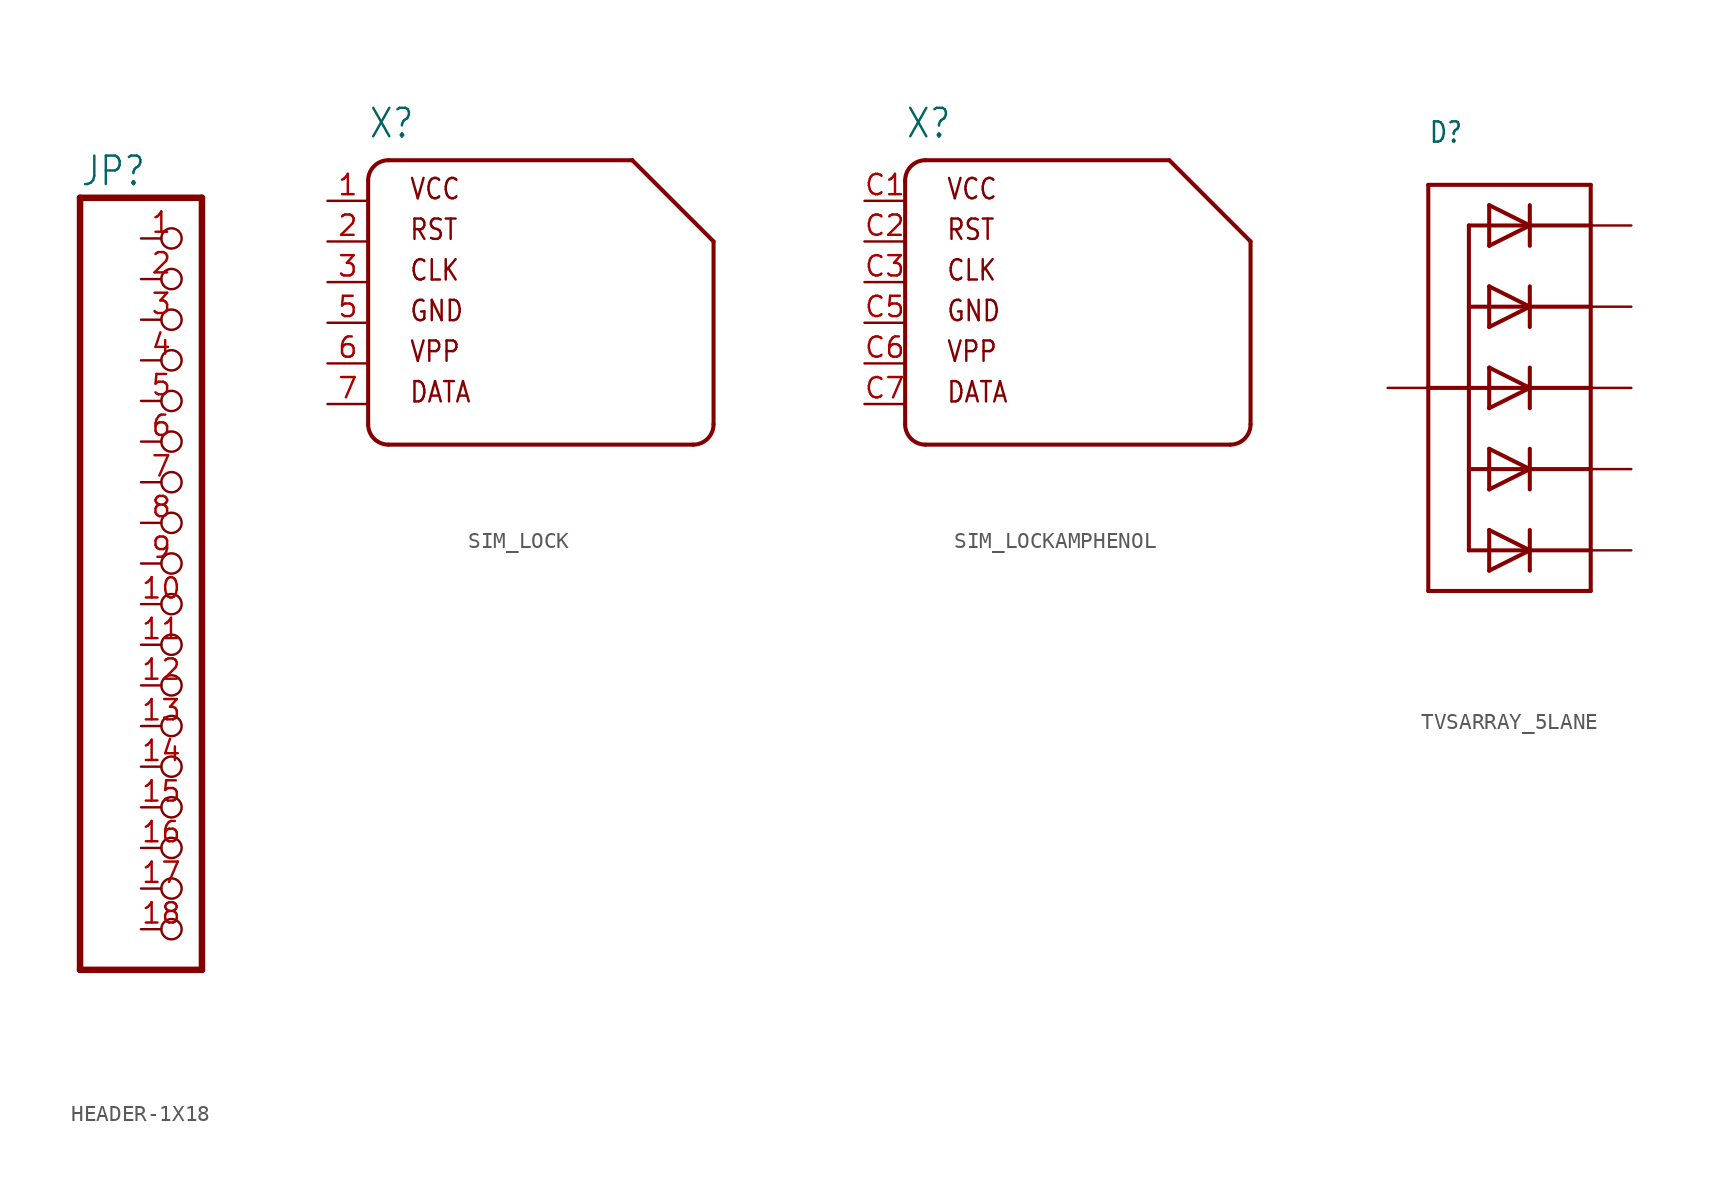
<source format=kicad_sym>
(kicad_symbol_lib
  (version 20220914)
  (generator kicad_symbol_editor)
  (symbol "HEADER-1X18"
    (property "Reference" "JP"
      (at -3.81 26.035 0)
      (effects (font (size 1.778 1.511)) (justify left bottom)))
    (property "Value" ""
      (at -3.81 -25.4 0)
      (effects (font (size 1.778 1.511)) (justify left bottom)))
    (property "ki_locked" ""
      (at 0 0 0)
      (effects (font (size 1.27 1.27))))
    (symbol "HEADER-1X18_1_0"
      (polyline (pts (xy -3.81 -22.86) (xy 3.81 -22.86)) (stroke (width 0.406) (type solid)) (fill (type none)))
      (polyline (pts (xy -3.81 25.4) (xy -3.81 -22.86)) (stroke (width 0.406) (type solid)) (fill (type none)))
      (polyline (pts (xy 3.81 -22.86) (xy 3.81 25.4)) (stroke (width 0.406) (type solid)) (fill (type none)))
      (polyline (pts (xy 3.81 25.4) (xy -3.81 25.4)) (stroke (width 0.406) (type solid)) (fill (type none)))
      (pin passive inverted (at 0 22.86 0) (length 2.54) (name "1" (effects (font (size 0 0)))) (number "1" (effects (font (size 1.27 1.27)))))
      (pin passive inverted (at 0 0 0) (length 2.54) (name "10" (effects (font (size 0 0)))) (number "10" (effects (font (size 1.27 1.27)))))
      (pin passive inverted (at 0 -2.54 0) (length 2.54) (name "11" (effects (font (size 0 0)))) (number "11" (effects (font (size 1.27 1.27)))))
      (pin passive inverted (at 0 -5.08 0) (length 2.54) (name "12" (effects (font (size 0 0)))) (number "12" (effects (font (size 1.27 1.27)))))
      (pin passive inverted (at 0 -7.62 0) (length 2.54) (name "13" (effects (font (size 0 0)))) (number "13" (effects (font (size 1.27 1.27)))))
      (pin passive inverted (at 0 -10.16 0) (length 2.54) (name "14" (effects (font (size 0 0)))) (number "14" (effects (font (size 1.27 1.27)))))
      (pin passive inverted (at 0 -12.7 0) (length 2.54) (name "15" (effects (font (size 0 0)))) (number "15" (effects (font (size 1.27 1.27)))))
      (pin passive inverted (at 0 -15.24 0) (length 2.54) (name "16" (effects (font (size 0 0)))) (number "16" (effects (font (size 1.27 1.27)))))
      (pin passive inverted (at 0 -17.78 0) (length 2.54) (name "17" (effects (font (size 0 0)))) (number "17" (effects (font (size 1.27 1.27)))))
      (pin passive inverted (at 0 -20.32 0) (length 2.54) (name "18" (effects (font (size 0 0)))) (number "18" (effects (font (size 1.27 1.27)))))
      (pin passive inverted (at 0 20.32 0) (length 2.54) (name "2" (effects (font (size 0 0)))) (number "2" (effects (font (size 1.27 1.27)))))
      (pin passive inverted (at 0 17.78 0) (length 2.54) (name "3" (effects (font (size 0 0)))) (number "3" (effects (font (size 1.27 1.27)))))
      (pin passive inverted (at 0 15.24 0) (length 2.54) (name "4" (effects (font (size 0 0)))) (number "4" (effects (font (size 1.27 1.27)))))
      (pin passive inverted (at 0 12.7 0) (length 2.54) (name "5" (effects (font (size 0 0)))) (number "5" (effects (font (size 1.27 1.27)))))
      (pin passive inverted (at 0 10.16 0) (length 2.54) (name "6" (effects (font (size 0 0)))) (number "6" (effects (font (size 1.27 1.27)))))
      (pin passive inverted (at 0 7.62 0) (length 2.54) (name "7" (effects (font (size 0 0)))) (number "7" (effects (font (size 1.27 1.27)))))
      (pin passive inverted (at 0 5.08 0) (length 2.54) (name "8" (effects (font (size 0 0)))) (number "8" (effects (font (size 1.27 1.27)))))
      (pin passive inverted (at 0 2.54 0) (length 2.54) (name "9" (effects (font (size 0 0)))) (number "9" (effects (font (size 1.27 1.27)))))))
  (symbol "SIM_LOCK"
    (property "Reference" "X"
      (at -10.16 8.89 0)
      (effects (font (size 1.778 1.511)) (justify left bottom)))
    (property "Value" ""
      (at -10.16 -12.7 0)
      (effects (font (size 1.778 1.511)) (justify left bottom)))
    (property "ki_locked" ""
      (at 0 0 0)
      (effects (font (size 1.27 1.27))))
    (symbol "SIM_LOCK_1_0"
      (arc (start -10.16 -8.89) (mid -9.788 -9.788) (end -8.89 -10.16) (stroke (width 0.254) (type solid)) (fill (type none)))
      (arc (start -8.89 7.62) (mid -9.788 7.248) (end -10.16 6.35) (stroke (width 0.254) (type solid)) (fill (type none)))
      (polyline (pts (xy -10.16 6.35) (xy -10.16 -8.89)) (stroke (width 0.254) (type solid)) (fill (type none)))
      (polyline (pts (xy -8.89 -10.16) (xy 10.16 -10.16)) (stroke (width 0.254) (type solid)) (fill (type none)))
      (polyline (pts (xy 6.35 7.62) (xy -8.89 7.62)) (stroke (width 0.254) (type solid)) (fill (type none)))
      (polyline (pts (xy 11.43 -8.89) (xy 11.43 2.54)) (stroke (width 0.254) (type solid)) (fill (type none)))
      (polyline (pts (xy 11.43 2.54) (xy 6.35 7.62)) (stroke (width 0.254) (type solid)) (fill (type none)))
      (arc (start 10.16 -10.16) (mid 11.058 -9.788) (end 11.43 -8.89) (stroke (width 0.254) (type solid)) (fill (type none)))
      (text "CLK" (at -7.62 0 0) (effects (font (size 1.27 1.079)) (justify left bottom)))
      (text "DATA" (at -7.62 -7.62 0) (effects (font (size 1.27 1.079)) (justify left bottom)))
      (text "GND" (at -7.62 -2.54 0) (effects (font (size 1.27 1.079)) (justify left bottom)))
      (text "RST" (at -7.62 2.54 0) (effects (font (size 1.27 1.079)) (justify left bottom)))
      (text "VCC" (at -7.62 5.08 0) (effects (font (size 1.27 1.079)) (justify left bottom)))
      (text "VPP" (at -7.62 -5.08 0) (effects (font (size 1.27 1.079)) (justify left bottom)))
      (pin passive line (at -12.7 5.08 0) (length 2.54) (name "1" (effects (font (size 0 0)))) (number "1" (effects (font (size 1.27 1.27)))))
      (pin passive line (at -12.7 2.54 0) (length 2.54) (name "2" (effects (font (size 0 0)))) (number "2" (effects (font (size 1.27 1.27)))))
      (pin passive line (at -12.7 0 0) (length 2.54) (name "3" (effects (font (size 0 0)))) (number "3" (effects (font (size 1.27 1.27)))))
      (pin passive line (at -12.7 -2.54 0) (length 2.54) (name "4" (effects (font (size 0 0)))) (number "5" (effects (font (size 1.27 1.27)))))
      (pin passive line (at -12.7 -5.08 0) (length 2.54) (name "5" (effects (font (size 0 0)))) (number "6" (effects (font (size 1.27 1.27)))))
      (pin passive line (at -12.7 -7.62 0) (length 2.54) (name "6" (effects (font (size 0 0)))) (number "7" (effects (font (size 1.27 1.27)))))))
  (symbol "SIM_LOCKAMPHENOL"
    (property "Reference" "X"
      (at -10.16 8.89 0)
      (effects (font (size 1.778 1.511)) (justify left bottom)))
    (property "Value" ""
      (at -10.16 -12.7 0)
      (effects (font (size 1.778 1.511)) (justify left bottom)))
    (property "ki_locked" ""
      (at 0 0 0)
      (effects (font (size 1.27 1.27))))
    (symbol "SIM_LOCKAMPHENOL_1_0"
      (arc (start -10.16 -8.89) (mid -9.788 -9.788) (end -8.89 -10.16) (stroke (width 0.254) (type solid)) (fill (type none)))
      (arc (start -8.89 7.62) (mid -9.788 7.248) (end -10.16 6.35) (stroke (width 0.254) (type solid)) (fill (type none)))
      (polyline (pts (xy -10.16 6.35) (xy -10.16 -8.89)) (stroke (width 0.254) (type solid)) (fill (type none)))
      (polyline (pts (xy -8.89 -10.16) (xy 10.16 -10.16)) (stroke (width 0.254) (type solid)) (fill (type none)))
      (polyline (pts (xy 6.35 7.62) (xy -8.89 7.62)) (stroke (width 0.254) (type solid)) (fill (type none)))
      (polyline (pts (xy 11.43 -8.89) (xy 11.43 2.54)) (stroke (width 0.254) (type solid)) (fill (type none)))
      (polyline (pts (xy 11.43 2.54) (xy 6.35 7.62)) (stroke (width 0.254) (type solid)) (fill (type none)))
      (arc (start 10.16 -10.16) (mid 11.058 -9.788) (end 11.43 -8.89) (stroke (width 0.254) (type solid)) (fill (type none)))
      (text "CLK" (at -7.62 0 0) (effects (font (size 1.27 1.079)) (justify left bottom)))
      (text "DATA" (at -7.62 -7.62 0) (effects (font (size 1.27 1.079)) (justify left bottom)))
      (text "GND" (at -7.62 -2.54 0) (effects (font (size 1.27 1.079)) (justify left bottom)))
      (text "RST" (at -7.62 2.54 0) (effects (font (size 1.27 1.079)) (justify left bottom)))
      (text "VCC" (at -7.62 5.08 0) (effects (font (size 1.27 1.079)) (justify left bottom)))
      (text "VPP" (at -7.62 -5.08 0) (effects (font (size 1.27 1.079)) (justify left bottom)))
      (pin passive line (at -12.7 5.08 0) (length 2.54) (name "1" (effects (font (size 0 0)))) (number "C1" (effects (font (size 1.27 1.27)))))
      (pin passive line (at -12.7 2.54 0) (length 2.54) (name "2" (effects (font (size 0 0)))) (number "C2" (effects (font (size 1.27 1.27)))))
      (pin passive line (at -12.7 0 0) (length 2.54) (name "3" (effects (font (size 0 0)))) (number "C3" (effects (font (size 1.27 1.27)))))
      (pin passive line (at -12.7 -2.54 0) (length 2.54) (name "4" (effects (font (size 0 0)))) (number "C5" (effects (font (size 1.27 1.27)))))
      (pin passive line (at -12.7 -5.08 0) (length 2.54) (name "5" (effects (font (size 0 0)))) (number "C6" (effects (font (size 1.27 1.27)))))
      (pin passive line (at -12.7 -7.62 0) (length 2.54) (name "6" (effects (font (size 0 0)))) (number "C7" (effects (font (size 1.27 1.27)))))))
  (symbol "TVSARRAY_5LANE"
    (property "Reference" "D"
      (at -2.54 15.24 0)
      (effects (font (size 1.27 1.079)) (justify left bottom)))
    (property "Value" ""
      (at -2.54 -16.51 0)
      (effects (font (size 1.27 1.079)) (justify left bottom)))
    (property "ki_locked" ""
      (at 0 0 0)
      (effects (font (size 1.27 1.27))))
    (symbol "TVSARRAY_5LANE_1_0"
      (polyline (pts (xy -2.54 -12.7) (xy -2.54 12.7)) (stroke (width 0.254) (type solid)) (fill (type none)))
      (polyline (pts (xy -2.54 12.7) (xy 7.62 12.7)) (stroke (width 0.254) (type solid)) (fill (type none)))
      (polyline (pts (xy 0 -10.16) (xy 7.62 -10.16)) (stroke (width 0.254) (type solid)) (fill (type none)))
      (polyline (pts (xy 0 -5.08) (xy 7.62 -5.08)) (stroke (width 0.254) (type solid)) (fill (type none)))
      (polyline (pts (xy 0 0) (xy -2.54 0)) (stroke (width 0.254) (type solid)) (fill (type none)))
      (polyline (pts (xy 0 0) (xy 0 -10.16)) (stroke (width 0.254) (type solid)) (fill (type none)))
      (polyline (pts (xy 0 0) (xy 7.62 0)) (stroke (width 0.254) (type solid)) (fill (type none)))
      (polyline (pts (xy 0 5.08) (xy 7.62 5.08)) (stroke (width 0.254) (type solid)) (fill (type none)))
      (polyline (pts (xy 0 10.16) (xy 0 0)) (stroke (width 0.254) (type solid)) (fill (type none)))
      (polyline (pts (xy 0 10.16) (xy 7.62 10.16)) (stroke (width 0.254) (type solid)) (fill (type none)))
      (polyline (pts (xy 1.27 -11.43) (xy 3.81 -10.16)) (stroke (width 0.254) (type solid)) (fill (type none)))
      (polyline (pts (xy 1.27 -8.89) (xy 1.27 -11.43)) (stroke (width 0.254) (type solid)) (fill (type none)))
      (polyline (pts (xy 1.27 -6.35) (xy 3.81 -5.08)) (stroke (width 0.254) (type solid)) (fill (type none)))
      (polyline (pts (xy 1.27 -3.81) (xy 1.27 -6.35)) (stroke (width 0.254) (type solid)) (fill (type none)))
      (polyline (pts (xy 1.27 -1.27) (xy 3.81 0)) (stroke (width 0.254) (type solid)) (fill (type none)))
      (polyline (pts (xy 1.27 1.27) (xy 1.27 -1.27)) (stroke (width 0.254) (type solid)) (fill (type none)))
      (polyline (pts (xy 1.27 3.81) (xy 3.81 5.08)) (stroke (width 0.254) (type solid)) (fill (type none)))
      (polyline (pts (xy 1.27 6.35) (xy 1.27 3.81)) (stroke (width 0.254) (type solid)) (fill (type none)))
      (polyline (pts (xy 1.27 8.89) (xy 3.81 10.16)) (stroke (width 0.254) (type solid)) (fill (type none)))
      (polyline (pts (xy 1.27 11.43) (xy 1.27 8.89)) (stroke (width 0.254) (type solid)) (fill (type none)))
      (polyline (pts (xy 3.81 -10.16) (xy 1.27 -8.89)) (stroke (width 0.254) (type solid)) (fill (type none)))
      (polyline (pts (xy 3.81 -10.16) (xy 3.81 -11.43)) (stroke (width 0.254) (type solid)) (fill (type none)))
      (polyline (pts (xy 3.81 -8.89) (xy 3.81 -10.16)) (stroke (width 0.254) (type solid)) (fill (type none)))
      (polyline (pts (xy 3.81 -5.08) (xy 1.27 -3.81)) (stroke (width 0.254) (type solid)) (fill (type none)))
      (polyline (pts (xy 3.81 -5.08) (xy 3.81 -6.35)) (stroke (width 0.254) (type solid)) (fill (type none)))
      (polyline (pts (xy 3.81 -3.81) (xy 3.81 -5.08)) (stroke (width 0.254) (type solid)) (fill (type none)))
      (polyline (pts (xy 3.81 0) (xy 1.27 1.27)) (stroke (width 0.254) (type solid)) (fill (type none)))
      (polyline (pts (xy 3.81 0) (xy 3.81 -1.27)) (stroke (width 0.254) (type solid)) (fill (type none)))
      (polyline (pts (xy 3.81 1.27) (xy 3.81 0)) (stroke (width 0.254) (type solid)) (fill (type none)))
      (polyline (pts (xy 3.81 5.08) (xy 1.27 6.35)) (stroke (width 0.254) (type solid)) (fill (type none)))
      (polyline (pts (xy 3.81 5.08) (xy 3.81 3.81)) (stroke (width 0.254) (type solid)) (fill (type none)))
      (polyline (pts (xy 3.81 6.35) (xy 3.81 5.08)) (stroke (width 0.254) (type solid)) (fill (type none)))
      (polyline (pts (xy 3.81 10.16) (xy 1.27 11.43)) (stroke (width 0.254) (type solid)) (fill (type none)))
      (polyline (pts (xy 3.81 10.16) (xy 3.81 8.89)) (stroke (width 0.254) (type solid)) (fill (type none)))
      (polyline (pts (xy 3.81 11.43) (xy 3.81 10.16)) (stroke (width 0.254) (type solid)) (fill (type none)))
      (polyline (pts (xy 7.62 -12.7) (xy -2.54 -12.7)) (stroke (width 0.254) (type solid)) (fill (type none)))
      (polyline (pts (xy 7.62 -10.16) (xy 7.62 -12.7)) (stroke (width 0.254) (type solid)) (fill (type none)))
      (polyline (pts (xy 7.62 -5.08) (xy 7.62 -10.16)) (stroke (width 0.254) (type solid)) (fill (type none)))
      (polyline (pts (xy 7.62 0) (xy 7.62 -5.08)) (stroke (width 0.254) (type solid)) (fill (type none)))
      (polyline (pts (xy 7.62 5.08) (xy 7.62 0)) (stroke (width 0.254) (type solid)) (fill (type none)))
      (polyline (pts (xy 7.62 10.16) (xy 7.62 5.08)) (stroke (width 0.254) (type solid)) (fill (type none)))
      (polyline (pts (xy 7.62 12.7) (xy 7.62 10.16)) (stroke (width 0.254) (type solid)) (fill (type none)))
      (pin passive line (at 10.16 10.16 180) (length 2.54) (name "C1" (effects (font (size 0 0)))) (number "1" (effects (font (size 0 0)))))
      (pin passive line (at -5.08 0 0) (length 2.54) (name "A" (effects (font (size 0 0)))) (number "2" (effects (font (size 0 0)))))
      (pin passive line (at 10.16 5.08 180) (length 2.54) (name "C2" (effects (font (size 0 0)))) (number "3" (effects (font (size 0 0)))))
      (pin passive line (at 10.16 0 180) (length 2.54) (name "C3" (effects (font (size 0 0)))) (number "4" (effects (font (size 0 0)))))
      (pin passive line (at 10.16 -5.08 180) (length 2.54) (name "C4" (effects (font (size 0 0)))) (number "5" (effects (font (size 0 0)))))
      (pin passive line (at 10.16 -10.16 180) (length 2.54) (name "C5" (effects (font (size 0 0)))) (number "6" (effects (font (size 0 0))))))))
</source>
